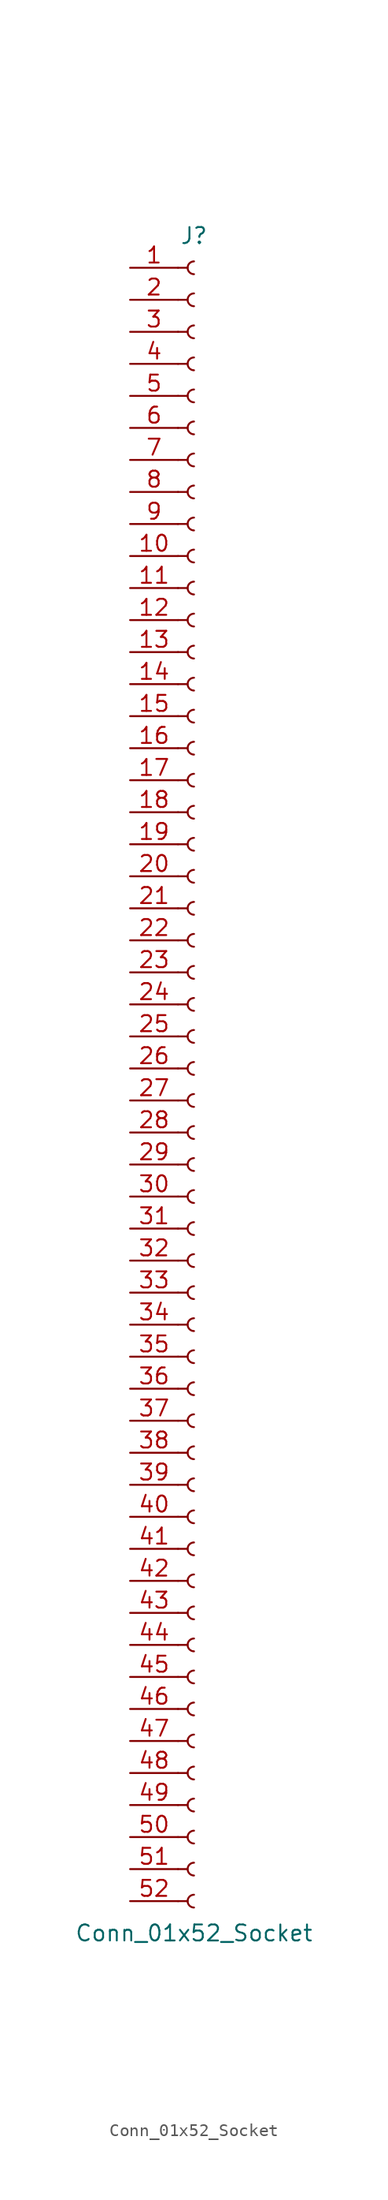
<source format=kicad_sym>
(kicad_symbol_lib
  (version 20241209)
  (generator "kicad_symbol_editor")
  (generator_version "9.0")
  (symbol "Conn_01x52_Socket"
    (pin_names
      (offset 1.016)
      (hide yes))
    (property "Reference" "J"
      (at 0 66.04 0)
      (effects (font (size 1.27 1.27))))
    (property "Value" "Conn_01x52_Socket"
      (at 0 -68.58 0)
      (effects (font (size 1.27 1.27))))
    (property "ki_locked" ""
      (at 0 0 0)
      (effects (font (size 1.27 1.27))))
    (symbol "Conn_01x52_Socket_1_1"
      (polyline (pts (xy -1.27 63.5) (xy -0.508 63.5)) (stroke (width 0.152) (type default)) (fill (type none)))
      (polyline (pts (xy -1.27 60.96) (xy -0.508 60.96)) (stroke (width 0.152) (type default)) (fill (type none)))
      (polyline (pts (xy -1.27 58.42) (xy -0.508 58.42)) (stroke (width 0.152) (type default)) (fill (type none)))
      (polyline (pts (xy -1.27 55.88) (xy -0.508 55.88)) (stroke (width 0.152) (type default)) (fill (type none)))
      (polyline (pts (xy -1.27 53.34) (xy -0.508 53.34)) (stroke (width 0.152) (type default)) (fill (type none)))
      (polyline (pts (xy -1.27 50.8) (xy -0.508 50.8)) (stroke (width 0.152) (type default)) (fill (type none)))
      (polyline (pts (xy -1.27 48.26) (xy -0.508 48.26)) (stroke (width 0.152) (type default)) (fill (type none)))
      (polyline (pts (xy -1.27 45.72) (xy -0.508 45.72)) (stroke (width 0.152) (type default)) (fill (type none)))
      (polyline (pts (xy -1.27 43.18) (xy -0.508 43.18)) (stroke (width 0.152) (type default)) (fill (type none)))
      (polyline (pts (xy -1.27 40.64) (xy -0.508 40.64)) (stroke (width 0.152) (type default)) (fill (type none)))
      (polyline (pts (xy -1.27 38.1) (xy -0.508 38.1)) (stroke (width 0.152) (type default)) (fill (type none)))
      (polyline (pts (xy -1.27 35.56) (xy -0.508 35.56)) (stroke (width 0.152) (type default)) (fill (type none)))
      (polyline (pts (xy -1.27 33.02) (xy -0.508 33.02)) (stroke (width 0.152) (type default)) (fill (type none)))
      (polyline (pts (xy -1.27 30.48) (xy -0.508 30.48)) (stroke (width 0.152) (type default)) (fill (type none)))
      (polyline (pts (xy -1.27 27.94) (xy -0.508 27.94)) (stroke (width 0.152) (type default)) (fill (type none)))
      (polyline (pts (xy -1.27 25.4) (xy -0.508 25.4)) (stroke (width 0.152) (type default)) (fill (type none)))
      (polyline (pts (xy -1.27 22.86) (xy -0.508 22.86)) (stroke (width 0.152) (type default)) (fill (type none)))
      (polyline (pts (xy -1.27 20.32) (xy -0.508 20.32)) (stroke (width 0.152) (type default)) (fill (type none)))
      (polyline (pts (xy -1.27 17.78) (xy -0.508 17.78)) (stroke (width 0.152) (type default)) (fill (type none)))
      (polyline (pts (xy -1.27 15.24) (xy -0.508 15.24)) (stroke (width 0.152) (type default)) (fill (type none)))
      (polyline (pts (xy -1.27 12.7) (xy -0.508 12.7)) (stroke (width 0.152) (type default)) (fill (type none)))
      (polyline (pts (xy -1.27 10.16) (xy -0.508 10.16)) (stroke (width 0.152) (type default)) (fill (type none)))
      (polyline (pts (xy -1.27 7.62) (xy -0.508 7.62)) (stroke (width 0.152) (type default)) (fill (type none)))
      (polyline (pts (xy -1.27 5.08) (xy -0.508 5.08)) (stroke (width 0.152) (type default)) (fill (type none)))
      (polyline (pts (xy -1.27 2.54) (xy -0.508 2.54)) (stroke (width 0.152) (type default)) (fill (type none)))
      (polyline (pts (xy -1.27 0) (xy -0.508 0)) (stroke (width 0.152) (type default)) (fill (type none)))
      (polyline (pts (xy -1.27 -2.54) (xy -0.508 -2.54)) (stroke (width 0.152) (type default)) (fill (type none)))
      (polyline (pts (xy -1.27 -5.08) (xy -0.508 -5.08)) (stroke (width 0.152) (type default)) (fill (type none)))
      (polyline (pts (xy -1.27 -7.62) (xy -0.508 -7.62)) (stroke (width 0.152) (type default)) (fill (type none)))
      (polyline (pts (xy -1.27 -10.16) (xy -0.508 -10.16)) (stroke (width 0.152) (type default)) (fill (type none)))
      (polyline (pts (xy -1.27 -12.7) (xy -0.508 -12.7)) (stroke (width 0.152) (type default)) (fill (type none)))
      (polyline (pts (xy -1.27 -15.24) (xy -0.508 -15.24)) (stroke (width 0.152) (type default)) (fill (type none)))
      (polyline (pts (xy -1.27 -17.78) (xy -0.508 -17.78)) (stroke (width 0.152) (type default)) (fill (type none)))
      (polyline (pts (xy -1.27 -20.32) (xy -0.508 -20.32)) (stroke (width 0.152) (type default)) (fill (type none)))
      (polyline (pts (xy -1.27 -22.86) (xy -0.508 -22.86)) (stroke (width 0.152) (type default)) (fill (type none)))
      (polyline (pts (xy -1.27 -25.4) (xy -0.508 -25.4)) (stroke (width 0.152) (type default)) (fill (type none)))
      (polyline (pts (xy -1.27 -27.94) (xy -0.508 -27.94)) (stroke (width 0.152) (type default)) (fill (type none)))
      (polyline (pts (xy -1.27 -30.48) (xy -0.508 -30.48)) (stroke (width 0.152) (type default)) (fill (type none)))
      (polyline (pts (xy -1.27 -33.02) (xy -0.508 -33.02)) (stroke (width 0.152) (type default)) (fill (type none)))
      (polyline (pts (xy -1.27 -35.56) (xy -0.508 -35.56)) (stroke (width 0.152) (type default)) (fill (type none)))
      (polyline (pts (xy -1.27 -38.1) (xy -0.508 -38.1)) (stroke (width 0.152) (type default)) (fill (type none)))
      (polyline (pts (xy -1.27 -40.64) (xy -0.508 -40.64)) (stroke (width 0.152) (type default)) (fill (type none)))
      (polyline (pts (xy -1.27 -43.18) (xy -0.508 -43.18)) (stroke (width 0.152) (type default)) (fill (type none)))
      (polyline (pts (xy -1.27 -45.72) (xy -0.508 -45.72)) (stroke (width 0.152) (type default)) (fill (type none)))
      (polyline (pts (xy -1.27 -48.26) (xy -0.508 -48.26)) (stroke (width 0.152) (type default)) (fill (type none)))
      (polyline (pts (xy -1.27 -50.8) (xy -0.508 -50.8)) (stroke (width 0.152) (type default)) (fill (type none)))
      (polyline (pts (xy -1.27 -53.34) (xy -0.508 -53.34)) (stroke (width 0.152) (type default)) (fill (type none)))
      (polyline (pts (xy -1.27 -55.88) (xy -0.508 -55.88)) (stroke (width 0.152) (type default)) (fill (type none)))
      (polyline (pts (xy -1.27 -58.42) (xy -0.508 -58.42)) (stroke (width 0.152) (type default)) (fill (type none)))
      (polyline (pts (xy -1.27 -60.96) (xy -0.508 -60.96)) (stroke (width 0.152) (type default)) (fill (type none)))
      (polyline (pts (xy -1.27 -63.5) (xy -0.508 -63.5)) (stroke (width 0.152) (type default)) (fill (type none)))
      (polyline (pts (xy -1.27 -66.04) (xy -0.508 -66.04)) (stroke (width 0.152) (type default)) (fill (type none)))
      (arc (start 0 62.992) (mid -0.5058 63.5) (end 0 64.008) (stroke (width 0.1524) (type default)) (fill (type none)))
      (arc (start 0 60.452) (mid -0.5058 60.96) (end 0 61.468) (stroke (width 0.1524) (type default)) (fill (type none)))
      (arc (start 0 57.912) (mid -0.5058 58.42) (end 0 58.928) (stroke (width 0.1524) (type default)) (fill (type none)))
      (arc (start 0 55.372) (mid -0.5058 55.88) (end 0 56.388) (stroke (width 0.1524) (type default)) (fill (type none)))
      (arc (start 0 52.832) (mid -0.5058 53.34) (end 0 53.848) (stroke (width 0.1524) (type default)) (fill (type none)))
      (arc (start 0 50.292) (mid -0.5058 50.8) (end 0 51.308) (stroke (width 0.1524) (type default)) (fill (type none)))
      (arc (start 0 47.752) (mid -0.5058 48.26) (end 0 48.768) (stroke (width 0.1524) (type default)) (fill (type none)))
      (arc (start 0 45.212) (mid -0.5058 45.72) (end 0 46.228) (stroke (width 0.1524) (type default)) (fill (type none)))
      (arc (start 0 42.672) (mid -0.5058 43.18) (end 0 43.688) (stroke (width 0.1524) (type default)) (fill (type none)))
      (arc (start 0 40.132) (mid -0.5058 40.64) (end 0 41.148) (stroke (width 0.1524) (type default)) (fill (type none)))
      (arc (start 0 37.592) (mid -0.5058 38.1) (end 0 38.608) (stroke (width 0.1524) (type default)) (fill (type none)))
      (arc (start 0 35.052) (mid -0.5058 35.56) (end 0 36.068) (stroke (width 0.1524) (type default)) (fill (type none)))
      (arc (start 0 32.512) (mid -0.5058 33.02) (end 0 33.528) (stroke (width 0.1524) (type default)) (fill (type none)))
      (arc (start 0 29.972) (mid -0.5058 30.48) (end 0 30.988) (stroke (width 0.1524) (type default)) (fill (type none)))
      (arc (start 0 27.432) (mid -0.5058 27.94) (end 0 28.448) (stroke (width 0.1524) (type default)) (fill (type none)))
      (arc (start 0 24.892) (mid -0.5058 25.4) (end 0 25.908) (stroke (width 0.1524) (type default)) (fill (type none)))
      (arc (start 0 22.352) (mid -0.5058 22.86) (end 0 23.368) (stroke (width 0.1524) (type default)) (fill (type none)))
      (arc (start 0 19.812) (mid -0.5058 20.32) (end 0 20.828) (stroke (width 0.1524) (type default)) (fill (type none)))
      (arc (start 0 17.272) (mid -0.5058 17.78) (end 0 18.288) (stroke (width 0.1524) (type default)) (fill (type none)))
      (arc (start 0 14.732) (mid -0.5058 15.24) (end 0 15.748) (stroke (width 0.1524) (type default)) (fill (type none)))
      (arc (start 0 12.192) (mid -0.5058 12.7) (end 0 13.208) (stroke (width 0.1524) (type default)) (fill (type none)))
      (arc (start 0 9.652) (mid -0.5058 10.16) (end 0 10.668) (stroke (width 0.1524) (type default)) (fill (type none)))
      (arc (start 0 7.112) (mid -0.5058 7.62) (end 0 8.128) (stroke (width 0.1524) (type default)) (fill (type none)))
      (arc (start 0 4.572) (mid -0.5058 5.08) (end 0 5.588) (stroke (width 0.1524) (type default)) (fill (type none)))
      (arc (start 0 2.032) (mid -0.5058 2.54) (end 0 3.048) (stroke (width 0.1524) (type default)) (fill (type none)))
      (arc (start 0 -0.508) (mid -0.5058 0) (end 0 0.508) (stroke (width 0.1524) (type default)) (fill (type none)))
      (arc (start 0 -3.048) (mid -0.5058 -2.54) (end 0 -2.032) (stroke (width 0.1524) (type default)) (fill (type none)))
      (arc (start 0 -5.588) (mid -0.5058 -5.08) (end 0 -4.572) (stroke (width 0.1524) (type default)) (fill (type none)))
      (arc (start 0 -8.128) (mid -0.5058 -7.62) (end 0 -7.112) (stroke (width 0.1524) (type default)) (fill (type none)))
      (arc (start 0 -10.668) (mid -0.5058 -10.16) (end 0 -9.652) (stroke (width 0.1524) (type default)) (fill (type none)))
      (arc (start 0 -13.208) (mid -0.5058 -12.7) (end 0 -12.192) (stroke (width 0.1524) (type default)) (fill (type none)))
      (arc (start 0 -15.748) (mid -0.5058 -15.24) (end 0 -14.732) (stroke (width 0.1524) (type default)) (fill (type none)))
      (arc (start 0 -18.288) (mid -0.5058 -17.78) (end 0 -17.272) (stroke (width 0.1524) (type default)) (fill (type none)))
      (arc (start 0 -20.828) (mid -0.5058 -20.32) (end 0 -19.812) (stroke (width 0.1524) (type default)) (fill (type none)))
      (arc (start 0 -23.368) (mid -0.5058 -22.86) (end 0 -22.352) (stroke (width 0.1524) (type default)) (fill (type none)))
      (arc (start 0 -25.908) (mid -0.5058 -25.4) (end 0 -24.892) (stroke (width 0.1524) (type default)) (fill (type none)))
      (arc (start 0 -28.448) (mid -0.5058 -27.94) (end 0 -27.432) (stroke (width 0.1524) (type default)) (fill (type none)))
      (arc (start 0 -30.988) (mid -0.5058 -30.48) (end 0 -29.972) (stroke (width 0.1524) (type default)) (fill (type none)))
      (arc (start 0 -33.528) (mid -0.5058 -33.02) (end 0 -32.512) (stroke (width 0.1524) (type default)) (fill (type none)))
      (arc (start 0 -36.068) (mid -0.5058 -35.56) (end 0 -35.052) (stroke (width 0.1524) (type default)) (fill (type none)))
      (arc (start 0 -38.608) (mid -0.5058 -38.1) (end 0 -37.592) (stroke (width 0.1524) (type default)) (fill (type none)))
      (arc (start 0 -41.148) (mid -0.5058 -40.64) (end 0 -40.132) (stroke (width 0.1524) (type default)) (fill (type none)))
      (arc (start 0 -43.688) (mid -0.5058 -43.18) (end 0 -42.672) (stroke (width 0.1524) (type default)) (fill (type none)))
      (arc (start 0 -46.228) (mid -0.5058 -45.72) (end 0 -45.212) (stroke (width 0.1524) (type default)) (fill (type none)))
      (arc (start 0 -48.768) (mid -0.5058 -48.26) (end 0 -47.752) (stroke (width 0.1524) (type default)) (fill (type none)))
      (arc (start 0 -51.308) (mid -0.5058 -50.8) (end 0 -50.292) (stroke (width 0.1524) (type default)) (fill (type none)))
      (arc (start 0 -53.848) (mid -0.5058 -53.34) (end 0 -52.832) (stroke (width 0.1524) (type default)) (fill (type none)))
      (arc (start 0 -56.388) (mid -0.5058 -55.88) (end 0 -55.372) (stroke (width 0.1524) (type default)) (fill (type none)))
      (arc (start 0 -58.928) (mid -0.5058 -58.42) (end 0 -57.912) (stroke (width 0.1524) (type default)) (fill (type none)))
      (arc (start 0 -61.468) (mid -0.5058 -60.96) (end 0 -60.452) (stroke (width 0.1524) (type default)) (fill (type none)))
      (arc (start 0 -64.008) (mid -0.5058 -63.5) (end 0 -62.992) (stroke (width 0.1524) (type default)) (fill (type none)))
      (arc (start 0 -66.548) (mid -0.5058 -66.04) (end 0 -65.532) (stroke (width 0.1524) (type default)) (fill (type none)))
      (pin passive line (at -5.08 63.5 0) (length 3.81) (name "Pin_1" (effects (font (size 1.27 1.27)))) (number "1" (effects (font (size 1.27 1.27)))))
      (pin passive line (at -5.08 60.96 0) (length 3.81) (name "Pin_2" (effects (font (size 1.27 1.27)))) (number "2" (effects (font (size 1.27 1.27)))))
      (pin passive line (at -5.08 58.42 0) (length 3.81) (name "Pin_3" (effects (font (size 1.27 1.27)))) (number "3" (effects (font (size 1.27 1.27)))))
      (pin passive line (at -5.08 55.88 0) (length 3.81) (name "Pin_4" (effects (font (size 1.27 1.27)))) (number "4" (effects (font (size 1.27 1.27)))))
      (pin passive line (at -5.08 53.34 0) (length 3.81) (name "Pin_5" (effects (font (size 1.27 1.27)))) (number "5" (effects (font (size 1.27 1.27)))))
      (pin passive line (at -5.08 50.8 0) (length 3.81) (name "Pin_6" (effects (font (size 1.27 1.27)))) (number "6" (effects (font (size 1.27 1.27)))))
      (pin passive line (at -5.08 48.26 0) (length 3.81) (name "Pin_7" (effects (font (size 1.27 1.27)))) (number "7" (effects (font (size 1.27 1.27)))))
      (pin passive line (at -5.08 45.72 0) (length 3.81) (name "Pin_8" (effects (font (size 1.27 1.27)))) (number "8" (effects (font (size 1.27 1.27)))))
      (pin passive line (at -5.08 43.18 0) (length 3.81) (name "Pin_9" (effects (font (size 1.27 1.27)))) (number "9" (effects (font (size 1.27 1.27)))))
      (pin passive line (at -5.08 40.64 0) (length 3.81) (name "Pin_10" (effects (font (size 1.27 1.27)))) (number "10" (effects (font (size 1.27 1.27)))))
      (pin passive line (at -5.08 38.1 0) (length 3.81) (name "Pin_11" (effects (font (size 1.27 1.27)))) (number "11" (effects (font (size 1.27 1.27)))))
      (pin passive line (at -5.08 35.56 0) (length 3.81) (name "Pin_12" (effects (font (size 1.27 1.27)))) (number "12" (effects (font (size 1.27 1.27)))))
      (pin passive line (at -5.08 33.02 0) (length 3.81) (name "Pin_13" (effects (font (size 1.27 1.27)))) (number "13" (effects (font (size 1.27 1.27)))))
      (pin passive line (at -5.08 30.48 0) (length 3.81) (name "Pin_14" (effects (font (size 1.27 1.27)))) (number "14" (effects (font (size 1.27 1.27)))))
      (pin passive line (at -5.08 27.94 0) (length 3.81) (name "Pin_15" (effects (font (size 1.27 1.27)))) (number "15" (effects (font (size 1.27 1.27)))))
      (pin passive line (at -5.08 25.4 0) (length 3.81) (name "Pin_16" (effects (font (size 1.27 1.27)))) (number "16" (effects (font (size 1.27 1.27)))))
      (pin passive line (at -5.08 22.86 0) (length 3.81) (name "Pin_17" (effects (font (size 1.27 1.27)))) (number "17" (effects (font (size 1.27 1.27)))))
      (pin passive line (at -5.08 20.32 0) (length 3.81) (name "Pin_18" (effects (font (size 1.27 1.27)))) (number "18" (effects (font (size 1.27 1.27)))))
      (pin passive line (at -5.08 17.78 0) (length 3.81) (name "Pin_19" (effects (font (size 1.27 1.27)))) (number "19" (effects (font (size 1.27 1.27)))))
      (pin passive line (at -5.08 15.24 0) (length 3.81) (name "Pin_20" (effects (font (size 1.27 1.27)))) (number "20" (effects (font (size 1.27 1.27)))))
      (pin passive line (at -5.08 12.7 0) (length 3.81) (name "Pin_21" (effects (font (size 1.27 1.27)))) (number "21" (effects (font (size 1.27 1.27)))))
      (pin passive line (at -5.08 10.16 0) (length 3.81) (name "Pin_22" (effects (font (size 1.27 1.27)))) (number "22" (effects (font (size 1.27 1.27)))))
      (pin passive line (at -5.08 7.62 0) (length 3.81) (name "Pin_23" (effects (font (size 1.27 1.27)))) (number "23" (effects (font (size 1.27 1.27)))))
      (pin passive line (at -5.08 5.08 0) (length 3.81) (name "Pin_24" (effects (font (size 1.27 1.27)))) (number "24" (effects (font (size 1.27 1.27)))))
      (pin passive line (at -5.08 2.54 0) (length 3.81) (name "Pin_25" (effects (font (size 1.27 1.27)))) (number "25" (effects (font (size 1.27 1.27)))))
      (pin passive line (at -5.08 0 0) (length 3.81) (name "Pin_26" (effects (font (size 1.27 1.27)))) (number "26" (effects (font (size 1.27 1.27)))))
      (pin passive line (at -5.08 -2.54 0) (length 3.81) (name "Pin_27" (effects (font (size 1.27 1.27)))) (number "27" (effects (font (size 1.27 1.27)))))
      (pin passive line (at -5.08 -5.08 0) (length 3.81) (name "Pin_28" (effects (font (size 1.27 1.27)))) (number "28" (effects (font (size 1.27 1.27)))))
      (pin passive line (at -5.08 -7.62 0) (length 3.81) (name "Pin_29" (effects (font (size 1.27 1.27)))) (number "29" (effects (font (size 1.27 1.27)))))
      (pin passive line (at -5.08 -10.16 0) (length 3.81) (name "Pin_30" (effects (font (size 1.27 1.27)))) (number "30" (effects (font (size 1.27 1.27)))))
      (pin passive line (at -5.08 -12.7 0) (length 3.81) (name "Pin_31" (effects (font (size 1.27 1.27)))) (number "31" (effects (font (size 1.27 1.27)))))
      (pin passive line (at -5.08 -15.24 0) (length 3.81) (name "Pin_32" (effects (font (size 1.27 1.27)))) (number "32" (effects (font (size 1.27 1.27)))))
      (pin passive line (at -5.08 -17.78 0) (length 3.81) (name "Pin_33" (effects (font (size 1.27 1.27)))) (number "33" (effects (font (size 1.27 1.27)))))
      (pin passive line (at -5.08 -20.32 0) (length 3.81) (name "Pin_34" (effects (font (size 1.27 1.27)))) (number "34" (effects (font (size 1.27 1.27)))))
      (pin passive line (at -5.08 -22.86 0) (length 3.81) (name "Pin_35" (effects (font (size 1.27 1.27)))) (number "35" (effects (font (size 1.27 1.27)))))
      (pin passive line (at -5.08 -25.4 0) (length 3.81) (name "Pin_36" (effects (font (size 1.27 1.27)))) (number "36" (effects (font (size 1.27 1.27)))))
      (pin passive line (at -5.08 -27.94 0) (length 3.81) (name "Pin_37" (effects (font (size 1.27 1.27)))) (number "37" (effects (font (size 1.27 1.27)))))
      (pin passive line (at -5.08 -30.48 0) (length 3.81) (name "Pin_38" (effects (font (size 1.27 1.27)))) (number "38" (effects (font (size 1.27 1.27)))))
      (pin passive line (at -5.08 -33.02 0) (length 3.81) (name "Pin_39" (effects (font (size 1.27 1.27)))) (number "39" (effects (font (size 1.27 1.27)))))
      (pin passive line (at -5.08 -35.56 0) (length 3.81) (name "Pin_40" (effects (font (size 1.27 1.27)))) (number "40" (effects (font (size 1.27 1.27)))))
      (pin passive line (at -5.08 -38.1 0) (length 3.81) (name "Pin_41" (effects (font (size 1.27 1.27)))) (number "41" (effects (font (size 1.27 1.27)))))
      (pin passive line (at -5.08 -40.64 0) (length 3.81) (name "Pin_42" (effects (font (size 1.27 1.27)))) (number "42" (effects (font (size 1.27 1.27)))))
      (pin passive line (at -5.08 -43.18 0) (length 3.81) (name "Pin_43" (effects (font (size 1.27 1.27)))) (number "43" (effects (font (size 1.27 1.27)))))
      (pin passive line (at -5.08 -45.72 0) (length 3.81) (name "Pin_44" (effects (font (size 1.27 1.27)))) (number "44" (effects (font (size 1.27 1.27)))))
      (pin passive line (at -5.08 -48.26 0) (length 3.81) (name "Pin_45" (effects (font (size 1.27 1.27)))) (number "45" (effects (font (size 1.27 1.27)))))
      (pin passive line (at -5.08 -50.8 0) (length 3.81) (name "Pin_46" (effects (font (size 1.27 1.27)))) (number "46" (effects (font (size 1.27 1.27)))))
      (pin passive line (at -5.08 -53.34 0) (length 3.81) (name "Pin_47" (effects (font (size 1.27 1.27)))) (number "47" (effects (font (size 1.27 1.27)))))
      (pin passive line (at -5.08 -55.88 0) (length 3.81) (name "Pin_48" (effects (font (size 1.27 1.27)))) (number "48" (effects (font (size 1.27 1.27)))))
      (pin passive line (at -5.08 -58.42 0) (length 3.81) (name "Pin_49" (effects (font (size 1.27 1.27)))) (number "49" (effects (font (size 1.27 1.27)))))
      (pin passive line (at -5.08 -60.96 0) (length 3.81) (name "Pin_50" (effects (font (size 1.27 1.27)))) (number "50" (effects (font (size 1.27 1.27)))))
      (pin passive line (at -5.08 -63.5 0) (length 3.81) (name "Pin_51" (effects (font (size 1.27 1.27)))) (number "51" (effects (font (size 1.27 1.27)))))
      (pin passive line (at -5.08 -66.04 0) (length 3.81) (name "Pin_52" (effects (font (size 1.27 1.27)))) (number "52" (effects (font (size 1.27 1.27))))))))
</source>
